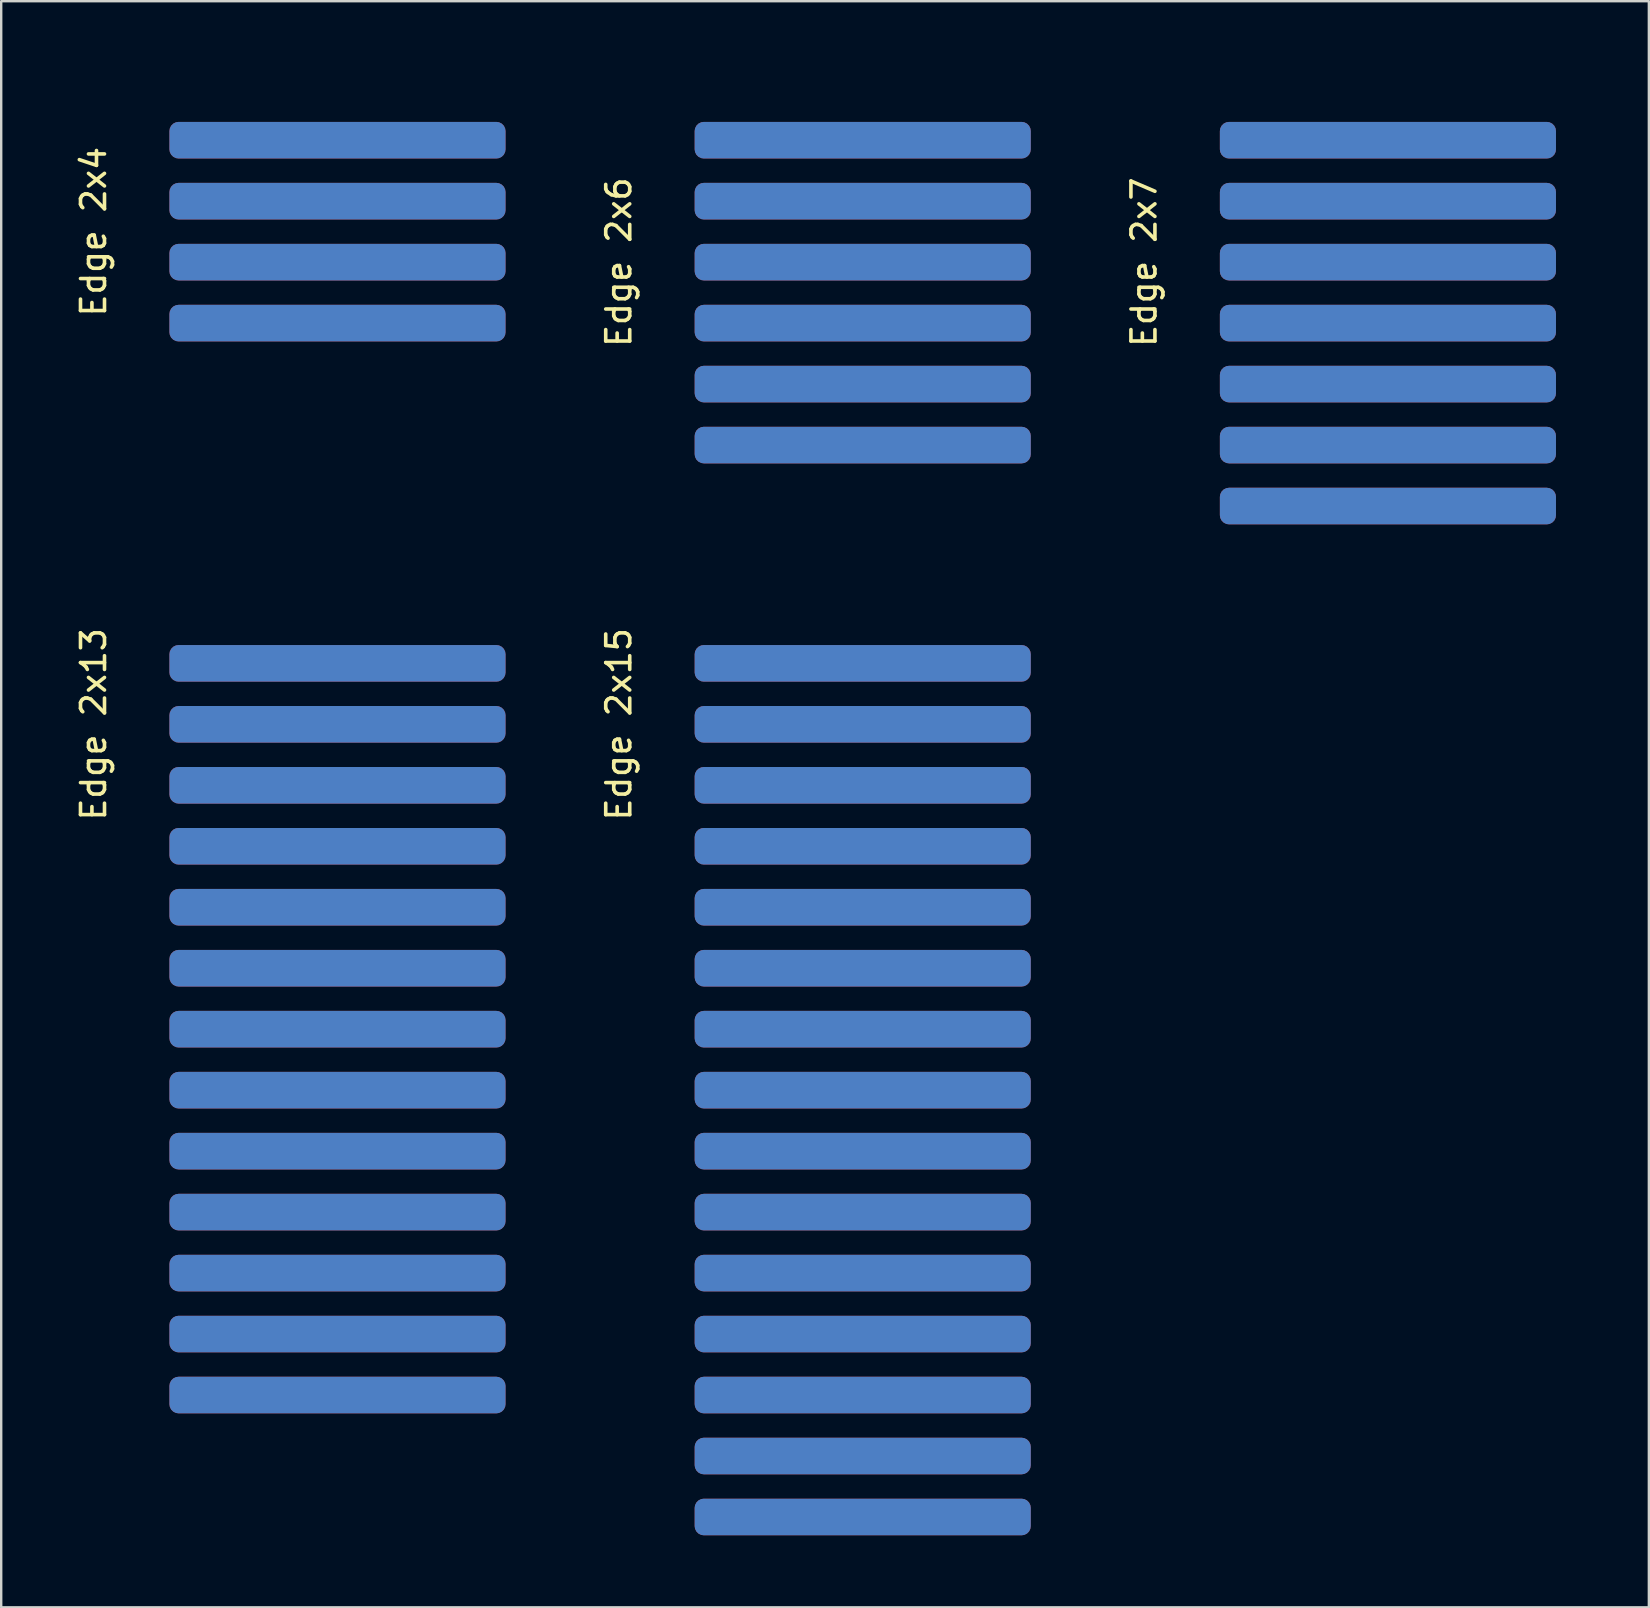
<source format=kicad_pcb>
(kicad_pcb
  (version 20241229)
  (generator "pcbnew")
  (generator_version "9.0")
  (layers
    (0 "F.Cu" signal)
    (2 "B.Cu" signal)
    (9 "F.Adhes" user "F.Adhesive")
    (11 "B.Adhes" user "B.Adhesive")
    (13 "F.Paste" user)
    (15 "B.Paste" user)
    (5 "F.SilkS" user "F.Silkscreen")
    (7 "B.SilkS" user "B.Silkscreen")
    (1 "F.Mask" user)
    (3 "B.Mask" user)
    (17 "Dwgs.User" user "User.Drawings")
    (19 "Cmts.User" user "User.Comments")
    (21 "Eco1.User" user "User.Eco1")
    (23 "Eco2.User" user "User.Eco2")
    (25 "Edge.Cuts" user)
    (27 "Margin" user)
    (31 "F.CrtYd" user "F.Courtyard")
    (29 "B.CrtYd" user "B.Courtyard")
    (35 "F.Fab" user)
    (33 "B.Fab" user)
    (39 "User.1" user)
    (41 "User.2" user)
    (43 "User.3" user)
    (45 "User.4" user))
  (footprint "Edge 2x4"
    (layer "F.Cu")
    (at 18.628 0.25)
    (property "Reference" "Edge 2x4" (at -17.78 6.35 90) (layer "F.SilkS") (effects (font (size 1 1) (thickness 0.15))))
    (attr through_hole)
    (pad "1" connect roundrect (at -7.62 2.54) (size 14 1.524) (layers "B.Cu" "B.Mask") (roundrect_rratio 0.25))
    (pad "2" connect roundrect (at -7.62 2.54) (size 14 1.524) (layers "F.Cu" "F.Mask") (roundrect_rratio 0.25))
    (pad "3" connect roundrect (at -7.62 5.08) (size 14 1.524) (layers "B.Cu" "B.Mask") (roundrect_rratio 0.25))
    (pad "4" connect roundrect (at -7.62 5.08) (size 14 1.524) (layers "F.Cu" "F.Mask") (roundrect_rratio 0.25))
    (pad "5" connect roundrect (at -7.62 7.62) (size 14 1.524) (layers "B.Cu" "B.Mask") (roundrect_rratio 0.25))
    (pad "6" connect roundrect (at -7.62 7.62) (size 14 1.524) (layers "F.Cu" "F.Mask") (roundrect_rratio 0.25))
    (pad "7" connect roundrect (at -7.62 10.16) (size 14 1.524) (layers "B.Cu" "B.Mask") (roundrect_rratio 0.25))
    (pad "8" connect roundrect (at -7.62 10.16) (size 14 1.524) (layers "F.Cu" "F.Mask") (roundrect_rratio 0.25)))
  (footprint "Edge 2x13"
    (layer "F.Cu")
    (at 18.628 22.042)
    (property "Reference" "Edge 2x13" (at -17.78 5.08 90) (layer "F.SilkS") (effects (font (size 1 1) (thickness 0.15))))
    (attr through_hole)
    (pad "1" connect roundrect (at -7.62 2.54) (size 14 1.524) (layers "B.Cu" "B.Mask") (roundrect_rratio 0.25))
    (pad "2" connect roundrect (at -7.62 2.54) (size 14 1.524) (layers "F.Cu" "F.Mask") (roundrect_rratio 0.25))
    (pad "3" connect roundrect (at -7.62 5.08) (size 14 1.524) (layers "B.Cu" "B.Mask") (roundrect_rratio 0.25))
    (pad "4" connect roundrect (at -7.62 5.08) (size 14 1.524) (layers "F.Cu" "F.Mask") (roundrect_rratio 0.25))
    (pad "5" connect roundrect (at -7.62 7.62) (size 14 1.524) (layers "B.Cu" "B.Mask") (roundrect_rratio 0.25))
    (pad "6" connect roundrect (at -7.62 7.62) (size 14 1.524) (layers "F.Cu" "F.Mask") (roundrect_rratio 0.25))
    (pad "7" connect roundrect (at -7.62 10.16) (size 14 1.524) (layers "B.Cu" "B.Mask") (roundrect_rratio 0.25))
    (pad "8" connect roundrect (at -7.62 10.16) (size 14 1.524) (layers "F.Cu" "F.Mask") (roundrect_rratio 0.25))
    (pad "9" connect roundrect (at -7.62 12.7) (size 14 1.524) (layers "B.Cu" "B.Mask") (roundrect_rratio 0.25))
    (pad "10" connect roundrect (at -7.62 12.7) (size 14 1.524) (layers "F.Cu" "F.Mask") (roundrect_rratio 0.25))
    (pad "11" connect roundrect (at -7.62 15.24) (size 14 1.524) (layers "B.Cu" "B.Mask") (roundrect_rratio 0.25))
    (pad "12" connect roundrect (at -7.62 15.24) (size 14 1.524) (layers "F.Cu" "F.Mask") (roundrect_rratio 0.25))
    (pad "13" connect roundrect (at -7.62 17.78) (size 14 1.524) (layers "B.Cu" "B.Mask") (roundrect_rratio 0.25))
    (pad "14" connect roundrect (at -7.62 17.78) (size 14 1.524) (layers "F.Cu" "F.Mask") (roundrect_rratio 0.25))
    (pad "15" connect roundrect (at -7.62 20.32) (size 14 1.524) (layers "B.Cu" "B.Mask") (roundrect_rratio 0.25))
    (pad "16" connect roundrect (at -7.62 20.32) (size 14 1.524) (layers "F.Cu" "F.Mask") (roundrect_rratio 0.25))
    (pad "17" connect roundrect (at -7.62 22.86) (size 14 1.524) (layers "B.Cu" "B.Mask") (roundrect_rratio 0.25))
    (pad "18" connect roundrect (at -7.62 22.86) (size 14 1.524) (layers "F.Cu" "F.Mask") (roundrect_rratio 0.25))
    (pad "19" connect roundrect (at -7.62 25.4) (size 14 1.524) (layers "B.Cu" "B.Mask") (roundrect_rratio 0.25))
    (pad "20" connect roundrect (at -7.62 25.4) (size 14 1.524) (layers "F.Cu" "F.Mask") (roundrect_rratio 0.25))
    (pad "21" connect roundrect (at -7.62 27.94) (size 14 1.524) (layers "B.Cu" "B.Mask") (roundrect_rratio 0.25))
    (pad "22" connect roundrect (at -7.62 27.94) (size 14 1.524) (layers "F.Cu" "F.Mask") (roundrect_rratio 0.25))
    (pad "23" connect roundrect (at -7.62 30.48) (size 14 1.524) (layers "B.Cu" "B.Mask") (roundrect_rratio 0.25))
    (pad "24" connect roundrect (at -7.62 30.48) (size 14 1.524) (layers "F.Cu" "F.Mask") (roundrect_rratio 0.25))
    (pad "25" connect roundrect (at -7.62 33.02) (size 14 1.524) (layers "B.Cu" "B.Mask") (roundrect_rratio 0.25))
    (pad "26" connect roundrect (at -7.62 33.02) (size 14 1.524) (layers "F.Cu" "F.Mask") (roundrect_rratio 0.25)))
  (footprint "Edge 2x15"
    (layer "F.Cu")
    (at 40.507 22.042)
    (property "Reference" "Edge 2x15" (at -17.78 5.08 90) (layer "F.SilkS") (effects (font (size 1 1) (thickness 0.15))))
    (attr through_hole)
    (pad "1" connect roundrect (at -7.62 2.54) (size 14 1.524) (layers "B.Cu" "B.Mask") (roundrect_rratio 0.25))
    (pad "2" connect roundrect (at -7.62 2.54) (size 14 1.524) (layers "F.Cu" "F.Mask") (roundrect_rratio 0.25))
    (pad "3" connect roundrect (at -7.62 5.08) (size 14 1.524) (layers "B.Cu" "B.Mask") (roundrect_rratio 0.25))
    (pad "4" connect roundrect (at -7.62 5.08) (size 14 1.524) (layers "F.Cu" "F.Mask") (roundrect_rratio 0.25))
    (pad "5" connect roundrect (at -7.62 7.62) (size 14 1.524) (layers "B.Cu" "B.Mask") (roundrect_rratio 0.25))
    (pad "6" connect roundrect (at -7.62 7.62) (size 14 1.524) (layers "F.Cu" "F.Mask") (roundrect_rratio 0.25))
    (pad "7" connect roundrect (at -7.62 10.16) (size 14 1.524) (layers "B.Cu" "B.Mask") (roundrect_rratio 0.25))
    (pad "8" connect roundrect (at -7.62 10.16) (size 14 1.524) (layers "F.Cu" "F.Mask") (roundrect_rratio 0.25))
    (pad "9" connect roundrect (at -7.62 12.7) (size 14 1.524) (layers "B.Cu" "B.Mask") (roundrect_rratio 0.25))
    (pad "10" connect roundrect (at -7.62 12.7) (size 14 1.524) (layers "F.Cu" "F.Mask") (roundrect_rratio 0.25))
    (pad "11" connect roundrect (at -7.62 15.24) (size 14 1.524) (layers "B.Cu" "B.Mask") (roundrect_rratio 0.25))
    (pad "12" connect roundrect (at -7.62 15.24) (size 14 1.524) (layers "F.Cu" "F.Mask") (roundrect_rratio 0.25))
    (pad "13" connect roundrect (at -7.62 17.78) (size 14 1.524) (layers "B.Cu" "B.Mask") (roundrect_rratio 0.25))
    (pad "14" connect roundrect (at -7.62 17.78) (size 14 1.524) (layers "F.Cu" "F.Mask") (roundrect_rratio 0.25))
    (pad "15" connect roundrect (at -7.62 20.32) (size 14 1.524) (layers "B.Cu" "B.Mask") (roundrect_rratio 0.25))
    (pad "16" connect roundrect (at -7.62 20.32) (size 14 1.524) (layers "F.Cu" "F.Mask") (roundrect_rratio 0.25))
    (pad "17" connect roundrect (at -7.62 22.86) (size 14 1.524) (layers "B.Cu" "B.Mask") (roundrect_rratio 0.25))
    (pad "18" connect roundrect (at -7.62 22.86) (size 14 1.524) (layers "F.Cu" "F.Mask") (roundrect_rratio 0.25))
    (pad "19" connect roundrect (at -7.62 25.4) (size 14 1.524) (layers "B.Cu" "B.Mask") (roundrect_rratio 0.25))
    (pad "20" connect roundrect (at -7.62 25.4) (size 14 1.524) (layers "F.Cu" "F.Mask") (roundrect_rratio 0.25))
    (pad "21" connect roundrect (at -7.62 27.94) (size 14 1.524) (layers "B.Cu" "B.Mask") (roundrect_rratio 0.25))
    (pad "22" connect roundrect (at -7.62 27.94) (size 14 1.524) (layers "F.Cu" "F.Mask") (roundrect_rratio 0.25))
    (pad "23" connect roundrect (at -7.62 30.48) (size 14 1.524) (layers "B.Cu" "B.Mask") (roundrect_rratio 0.25))
    (pad "24" connect roundrect (at -7.62 30.48) (size 14 1.524) (layers "F.Cu" "F.Mask") (roundrect_rratio 0.25))
    (pad "25" connect roundrect (at -7.62 33.02) (size 14 1.524) (layers "B.Cu" "B.Mask") (roundrect_rratio 0.25))
    (pad "26" connect roundrect (at -7.62 33.02) (size 14 1.524) (layers "F.Cu" "F.Mask") (roundrect_rratio 0.25))
    (pad "27" connect roundrect (at -7.62 35.56) (size 14 1.524) (layers "B.Cu" "B.Mask") (roundrect_rratio 0.25))
    (pad "28" connect roundrect (at -7.62 35.56) (size 14 1.524) (layers "F.Cu" "F.Mask") (roundrect_rratio 0.25))
    (pad "29" connect roundrect (at -7.62 38.1) (size 14 1.524) (layers "B.Cu" "B.Mask") (roundrect_rratio 0.25))
    (pad "30" connect roundrect (at -7.62 38.1) (size 14 1.524) (layers "F.Cu" "F.Mask") (roundrect_rratio 0.25)))
  (footprint "Edge 2x7"
    (layer "F.Cu")
    (at 62.385 0.25)
    (property "Reference" "Edge 2x7" (at -17.78 7.62 90) (layer "F.SilkS") (effects (font (size 1 1) (thickness 0.15))))
    (attr through_hole)
    (pad "1" connect roundrect (at -7.62 2.54) (size 14 1.524) (layers "B.Cu" "B.Mask") (roundrect_rratio 0.25))
    (pad "2" connect roundrect (at -7.62 2.54) (size 14 1.524) (layers "F.Cu" "F.Mask") (roundrect_rratio 0.25))
    (pad "3" connect roundrect (at -7.62 5.08) (size 14 1.524) (layers "B.Cu" "B.Mask") (roundrect_rratio 0.25))
    (pad "4" connect roundrect (at -7.62 5.08) (size 14 1.524) (layers "F.Cu" "F.Mask") (roundrect_rratio 0.25))
    (pad "5" connect roundrect (at -7.62 7.62) (size 14 1.524) (layers "B.Cu" "B.Mask") (roundrect_rratio 0.25))
    (pad "6" connect roundrect (at -7.62 7.62) (size 14 1.524) (layers "F.Cu" "F.Mask") (roundrect_rratio 0.25))
    (pad "7" connect roundrect (at -7.62 10.16) (size 14 1.524) (layers "B.Cu" "B.Mask") (roundrect_rratio 0.25))
    (pad "8" connect roundrect (at -7.62 10.16) (size 14 1.524) (layers "F.Cu" "F.Mask") (roundrect_rratio 0.25))
    (pad "9" connect roundrect (at -7.62 12.7) (size 14 1.524) (layers "B.Cu" "B.Mask") (roundrect_rratio 0.25))
    (pad "10" connect roundrect (at -7.62 12.7) (size 14 1.524) (layers "F.Cu" "F.Mask") (roundrect_rratio 0.25))
    (pad "11" connect roundrect (at -7.62 15.24) (size 14 1.524) (layers "B.Cu" "B.Mask") (roundrect_rratio 0.25))
    (pad "12" connect roundrect (at -7.62 15.24) (size 14 1.524) (layers "F.Cu" "F.Mask") (roundrect_rratio 0.25))
    (pad "13" connect roundrect (at -7.62 17.78) (size 14 1.524) (layers "B.Cu" "B.Mask") (roundrect_rratio 0.25))
    (pad "14" connect roundrect (at -7.62 17.78) (size 14 1.524) (layers "F.Cu" "F.Mask") (roundrect_rratio 0.25)))
  (footprint "Edge 2x6"
    (layer "F.Cu")
    (at 40.507 0.25)
    (property "Reference" "Edge 2x6" (at -17.78 7.62 90) (layer "F.SilkS") (effects (font (size 1 1) (thickness 0.15))))
    (attr through_hole)
    (pad "1" connect roundrect (at -7.62 2.54) (size 14 1.524) (layers "B.Cu" "B.Mask") (roundrect_rratio 0.25))
    (pad "2" connect roundrect (at -7.62 2.54) (size 14 1.524) (layers "F.Cu" "F.Mask") (roundrect_rratio 0.25))
    (pad "3" connect roundrect (at -7.62 5.08) (size 14 1.524) (layers "B.Cu" "B.Mask") (roundrect_rratio 0.25))
    (pad "4" connect roundrect (at -7.62 5.08) (size 14 1.524) (layers "F.Cu" "F.Mask") (roundrect_rratio 0.25))
    (pad "5" connect roundrect (at -7.62 7.62) (size 14 1.524) (layers "B.Cu" "B.Mask") (roundrect_rratio 0.25))
    (pad "6" connect roundrect (at -7.62 7.62) (size 14 1.524) (layers "F.Cu" "F.Mask") (roundrect_rratio 0.25))
    (pad "7" connect roundrect (at -7.62 10.16) (size 14 1.524) (layers "B.Cu" "B.Mask") (roundrect_rratio 0.25))
    (pad "8" connect roundrect (at -7.62 10.16) (size 14 1.524) (layers "F.Cu" "F.Mask") (roundrect_rratio 0.25))
    (pad "9" connect roundrect (at -7.62 12.7) (size 14 1.524) (layers "B.Cu" "B.Mask") (roundrect_rratio 0.25))
    (pad "10" connect roundrect (at -7.62 12.7) (size 14 1.524) (layers "F.Cu" "F.Mask") (roundrect_rratio 0.25))
    (pad "11" connect roundrect (at -7.62 15.24) (size 14 1.524) (layers "B.Cu" "B.Mask") (roundrect_rratio 0.25))
    (pad "12" connect roundrect (at -7.62 15.24) (size 14 1.524) (layers "F.Cu" "F.Mask") (roundrect_rratio 0.25)))
  (gr_rect
    (start -3 -3)
    (end 65.635 63.904)
    (stroke (width 0.1) (type default))
    (fill no)
    (layer "Edge.Cuts")))
</source>
